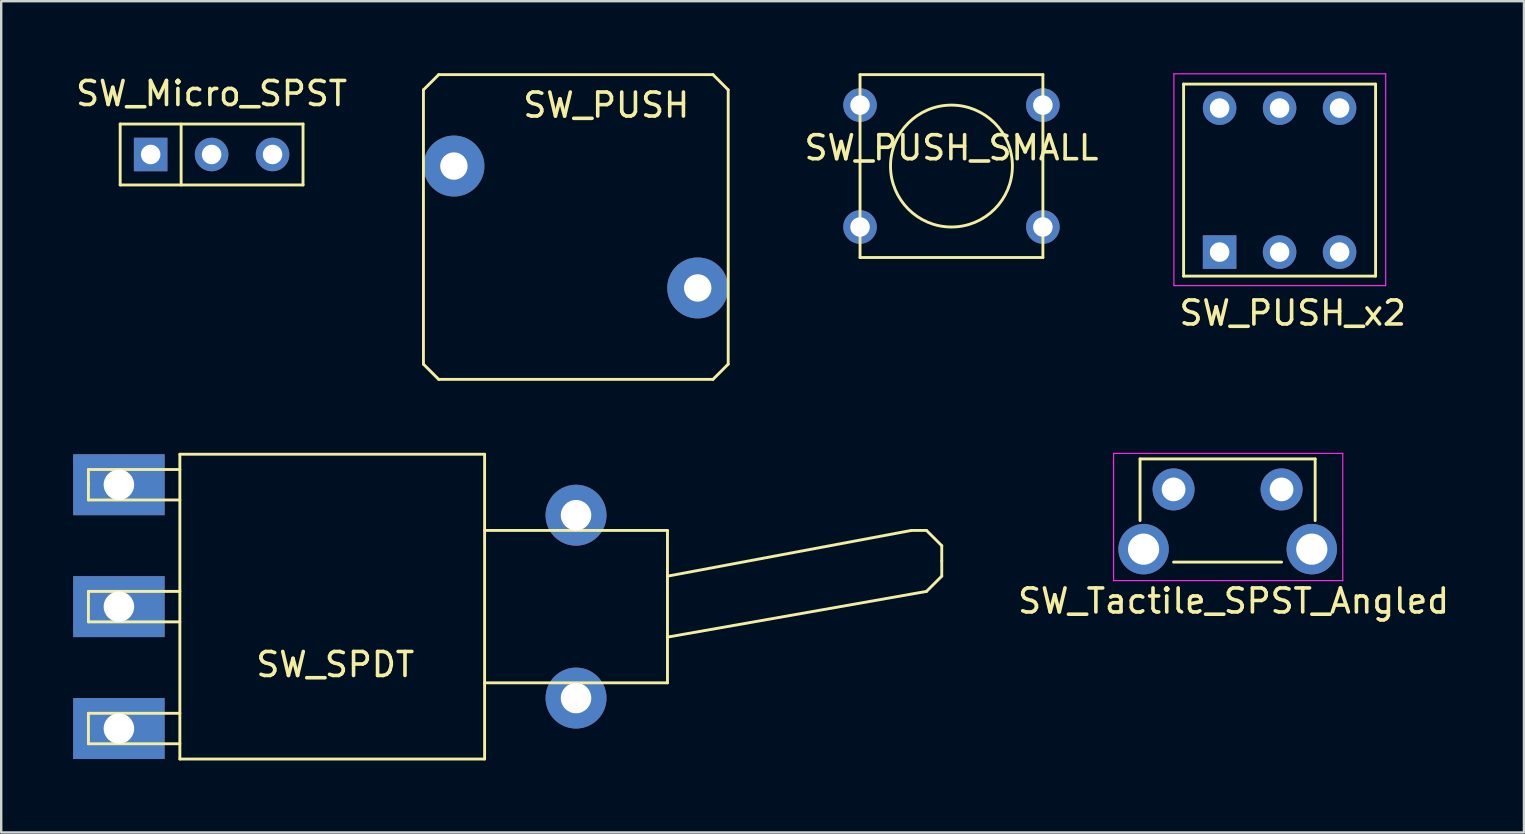
<source format=kicad_pcb>
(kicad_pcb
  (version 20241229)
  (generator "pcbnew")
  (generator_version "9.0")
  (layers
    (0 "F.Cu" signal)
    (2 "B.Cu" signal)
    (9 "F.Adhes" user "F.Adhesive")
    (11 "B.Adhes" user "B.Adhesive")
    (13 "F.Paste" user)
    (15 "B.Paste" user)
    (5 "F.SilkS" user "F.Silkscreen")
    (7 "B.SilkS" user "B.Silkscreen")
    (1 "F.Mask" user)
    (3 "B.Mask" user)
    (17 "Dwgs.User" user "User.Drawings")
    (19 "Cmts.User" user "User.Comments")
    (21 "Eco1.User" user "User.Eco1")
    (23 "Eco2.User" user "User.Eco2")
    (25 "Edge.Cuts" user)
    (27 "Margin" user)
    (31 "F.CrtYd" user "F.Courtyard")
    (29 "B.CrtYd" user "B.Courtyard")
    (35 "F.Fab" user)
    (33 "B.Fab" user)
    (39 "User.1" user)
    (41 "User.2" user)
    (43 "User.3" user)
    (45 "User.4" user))
  (footprint "SW_Tactile_SPST_Angled"
    (layer "F.Cu")
    (at 45.856 17.345)
    (property "Reference" "SW_Tactile_SPST_Angled" (at 2.5 4.65 0) (layer "F.SilkS") (effects (font (size 1 1) (thickness 0.15))))
    (attr through_hole)
    (fp_line (start -1.397 -1.27) (end -1.397 1.3) (stroke (width 0.12) (type solid)) (layer "F.SilkS"))
    (fp_line (start -1.397 -1.27) (end 5.9 -1.27) (stroke (width 0.12) (type solid)) (layer "F.SilkS"))
    (fp_line (start 0 3.03) (end 4.5 3.03) (stroke (width 0.12) (type solid)) (layer "F.SilkS"))
    (fp_line (start 5.9 -1.27) (end 5.9 1.3) (stroke (width 0.12) (type solid)) (layer "F.SilkS"))
    (fp_line (start -2.5 -1.5) (end 7.05 -1.5) (stroke (width 0.05) (type solid)) (layer "F.CrtYd"))
    (fp_line (start -2.5 3.8) (end -2.5 -1.5) (stroke (width 0.05) (type solid)) (layer "F.CrtYd"))
    (fp_line (start 7.05 -1.5) (end 7.05 3.8) (stroke (width 0.05) (type solid)) (layer "F.CrtYd"))
    (fp_line (start 7.05 3.8) (end -2.5 3.8) (stroke (width 0.05) (type solid)) (layer "F.CrtYd"))
    (pad "" thru_hole circle (at -1.25 2.49) (size 2.1 2.1) (drill 1.3) (layers "*.Cu" "*.Mask"))
    (pad "" thru_hole circle (at 5.76 2.49) (size 2.1 2.1) (drill 1.3) (layers "*.Cu" "*.Mask"))
    (pad "1" thru_hole circle (at 0 0) (size 1.75 1.75) (drill 0.99) (layers "*.Cu" "*.Mask"))
    (pad "2" thru_hole circle (at 4.5 0) (size 1.75 1.75) (drill 0.99) (layers "*.Cu" "*.Mask")))
  (footprint "SW_SPDT"
    (layer "F.Cu")
    (at 1.905 22.23)
    (property "Reference" "SW_SPDT" (at 9.017 2.413 180) (layer "F.SilkS") (effects (font (size 1 1) (thickness 0.15))))
    (attr through_hole)
    (fp_line (start -1.27 -5.715) (end -1.27 -5.08) (stroke (width 0.12) (type solid)) (layer "F.SilkS"))
    (fp_line (start -1.27 -5.715) (end 2.54 -5.715) (stroke (width 0.12) (type solid)) (layer "F.SilkS"))
    (fp_line (start -1.27 -5.08) (end -1.27 -4.445) (stroke (width 0.12) (type solid)) (layer "F.SilkS"))
    (fp_line (start -1.27 -4.445) (end 2.54 -4.445) (stroke (width 0.12) (type solid)) (layer "F.SilkS"))
    (fp_line (start -1.27 -0.635) (end -1.27 0.635) (stroke (width 0.12) (type solid)) (layer "F.SilkS"))
    (fp_line (start -1.27 0.635) (end 2.54 0.635) (stroke (width 0.12) (type solid)) (layer "F.SilkS"))
    (fp_line (start -1.27 4.445) (end -1.27 5.715) (stroke (width 0.12) (type solid)) (layer "F.SilkS"))
    (fp_line (start -1.27 5.715) (end 2.54 5.715) (stroke (width 0.12) (type solid)) (layer "F.SilkS"))
    (fp_line (start 2.54 -6.35) (end 2.54 6.35) (stroke (width 0.12) (type solid)) (layer "F.SilkS"))
    (fp_line (start 2.54 -0.635) (end -1.27 -0.635) (stroke (width 0.12) (type solid)) (layer "F.SilkS"))
    (fp_line (start 2.54 4.445) (end -1.27 4.445) (stroke (width 0.12) (type solid)) (layer "F.SilkS"))
    (fp_line (start 2.54 6.35) (end 15.24 6.35) (stroke (width 0.12) (type solid)) (layer "F.SilkS"))
    (fp_line (start 15.24 -6.35) (end 2.54 -6.35) (stroke (width 0.12) (type solid)) (layer "F.SilkS"))
    (fp_line (start 15.24 -3.175) (end 22.86 -3.175) (stroke (width 0.12) (type solid)) (layer "F.SilkS"))
    (fp_line (start 15.24 6.35) (end 15.24 -6.35) (stroke (width 0.12) (type solid)) (layer "F.SilkS"))
    (fp_line (start 22.86 -3.175) (end 22.86 3.175) (stroke (width 0.12) (type solid)) (layer "F.SilkS"))
    (fp_line (start 22.86 -1.27) (end 33.02 -3.175) (stroke (width 0.12) (type solid)) (layer "F.SilkS"))
    (fp_line (start 22.86 3.175) (end 15.24 3.175) (stroke (width 0.12) (type solid)) (layer "F.SilkS"))
    (fp_line (start 33.02 -3.175) (end 33.655 -3.175) (stroke (width 0.12) (type solid)) (layer "F.SilkS"))
    (fp_line (start 33.655 -3.175) (end 34.29 -2.54) (stroke (width 0.12) (type solid)) (layer "F.SilkS"))
    (fp_line (start 33.655 -0.635) (end 22.86 1.27) (stroke (width 0.12) (type solid)) (layer "F.SilkS"))
    (fp_line (start 34.29 -2.54) (end 34.29 -1.905) (stroke (width 0.12) (type solid)) (layer "F.SilkS"))
    (fp_line (start 34.29 -1.905) (end 34.29 -1.27) (stroke (width 0.12) (type solid)) (layer "F.SilkS"))
    (fp_line (start 34.29 -1.27) (end 33.655 -0.635) (stroke (width 0.12) (type solid)) (layer "F.SilkS"))
    (pad "1" thru_hole rect (at 0 -5.08) (size 3.81 2.54) (drill 1.27) (layers "*.Cu" "*.Mask"))
    (pad "2" thru_hole rect (at 0 0) (size 3.81 2.54) (drill 1.27) (layers "*.Cu" "*.Mask"))
    (pad "3" thru_hole rect (at 0 5.08) (size 3.81 2.54) (drill 1.27) (layers "*.Cu" "*.Mask"))
    (pad "H1" thru_hole circle (at 19.05 -3.81) (size 2.54 2.54) (drill 1.27) (layers "*.Cu" "*.Mask"))
    (pad "H2" thru_hole circle (at 19.05 3.81) (size 2.54 2.54) (drill 1.27) (layers "*.Cu" "*.Mask")))
  (footprint "SW_Micro_SPST"
    (layer "F.Cu")
    (at 5.768 3.388)
    (property "Reference" "SW_Micro_SPST" (at 0 -2.54 0) (layer "F.SilkS") (effects (font (size 1 1) (thickness 0.15))))
    (attr through_hole)
    (fp_line (start -3.81 -1.27) (end 3.81 -1.27) (stroke (width 0.12) (type solid)) (layer "F.SilkS"))
    (fp_line (start -3.81 1.27) (end -3.81 -1.27) (stroke (width 0.12) (type solid)) (layer "F.SilkS"))
    (fp_line (start -1.27 -1.27) (end -1.27 1.27) (stroke (width 0.12) (type solid)) (layer "F.SilkS"))
    (fp_line (start 3.81 -1.27) (end 3.81 1.27) (stroke (width 0.12) (type solid)) (layer "F.SilkS"))
    (fp_line (start 3.81 1.27) (end -3.81 1.27) (stroke (width 0.12) (type solid)) (layer "F.SilkS"))
    (pad "1" thru_hole rect (at -2.54 0) (size 1.397 1.397) (drill 0.813) (layers "*.Cu" "*.Mask"))
    (pad "2" thru_hole circle (at 0 0) (size 1.397 1.397) (drill 0.813) (layers "*.Cu" "*.Mask"))
    (pad "3" thru_hole circle (at 2.54 0) (size 1.397 1.397) (drill 0.813) (layers "*.Cu" "*.Mask")))
  (footprint "SW_PUSH_SMALL"
    (layer "F.Cu")
    (at 36.6 3.87)
    (property "Reference" "SW_PUSH_SMALL" (at 0 -0.762 0) (layer "F.SilkS") (effects (font (size 1 1) (thickness 0.15))))
    (attr through_hole)
    (fp_line (start -3.81 -3.81) (end -3.81 3.81) (stroke (width 0.12) (type solid)) (layer "F.SilkS"))
    (fp_line (start -3.81 -3.81) (end 3.81 -3.81) (stroke (width 0.12) (type solid)) (layer "F.SilkS"))
    (fp_line (start 3.81 -3.81) (end 3.81 3.81) (stroke (width 0.12) (type solid)) (layer "F.SilkS"))
    (fp_line (start 3.81 3.81) (end -3.81 3.81) (stroke (width 0.12) (type solid)) (layer "F.SilkS"))
    (fp_circle (center 0 0) (end 0 -2.54) (stroke (width 0.12) (type solid)) (fill no) (layer "F.SilkS"))
    (pad "1" thru_hole circle (at -3.81 -2.54) (size 1.397 1.397) (drill 0.813) (layers "*.Cu" "*.Mask"))
    (pad "1" thru_hole circle (at 3.81 -2.54) (size 1.397 1.397) (drill 0.813) (layers "*.Cu" "*.Mask"))
    (pad "2" thru_hole circle (at -3.81 2.54) (size 1.397 1.397) (drill 0.813) (layers "*.Cu" "*.Mask"))
    (pad "2" thru_hole circle (at 3.81 2.54) (size 1.397 1.397) (drill 0.813) (layers "*.Cu" "*.Mask")))
  (footprint "SW_PUSH"
    (layer "F.Cu")
    (at 20.946 6.41)
    (property "Reference" "SW_PUSH" (at 1.27 -5.08 0) (layer "F.SilkS") (effects (font (size 1 1) (thickness 0.15))))
    (attr through_hole)
    (fp_line (start -6.35 -5.715) (end -5.715 -6.35) (stroke (width 0.12) (type solid)) (layer "F.SilkS"))
    (fp_line (start -6.35 5.715) (end -6.35 -5.715) (stroke (width 0.12) (type solid)) (layer "F.SilkS"))
    (fp_line (start -5.715 -6.35) (end 5.715 -6.35) (stroke (width 0.12) (type solid)) (layer "F.SilkS"))
    (fp_line (start -5.715 6.35) (end -6.35 5.715) (stroke (width 0.12) (type solid)) (layer "F.SilkS"))
    (fp_line (start 5.715 -6.35) (end 6.35 -5.715) (stroke (width 0.12) (type solid)) (layer "F.SilkS"))
    (fp_line (start 5.715 6.35) (end -5.715 6.35) (stroke (width 0.12) (type solid)) (layer "F.SilkS"))
    (fp_line (start 6.35 -5.715) (end 6.35 5.715) (stroke (width 0.12) (type solid)) (layer "F.SilkS"))
    (fp_line (start 6.35 5.715) (end 5.715 6.35) (stroke (width 0.12) (type solid)) (layer "F.SilkS"))
    (pad "1" thru_hole circle (at -5.08 -2.54) (size 2.54 2.54) (drill 1.143) (layers "*.Cu" "*.Mask"))
    (pad "2" thru_hole circle (at 5.08 2.54) (size 2.54 2.54) (drill 1.143) (layers "*.Cu" "*.Mask")))
  (footprint "SW_PUSH_x2"
    (layer "F.Cu")
    (at 47.774 7.455)
    (property "Reference" "SW_PUSH_x2" (at 3.048 2.54 0) (layer "F.SilkS") (effects (font (size 1 1) (thickness 0.15))))
    (attr through_hole)
    (fp_line (start -1.5 -7) (end -1.5 1) (stroke (width 0.12) (type solid)) (layer "F.SilkS"))
    (fp_line (start -1.5 1) (end 6.5 1) (stroke (width 0.12) (type solid)) (layer "F.SilkS"))
    (fp_line (start 6.5 -7) (end -1.5 -7) (stroke (width 0.12) (type solid)) (layer "F.SilkS"))
    (fp_line (start 6.5 1) (end 6.5 -7) (stroke (width 0.12) (type solid)) (layer "F.SilkS"))
    (fp_line (start -1.905 -7.429) (end -1.905 1.397) (stroke (width 0.05) (type solid)) (layer "F.CrtYd"))
    (fp_line (start -1.905 -7.429) (end 6.921 -7.429) (stroke (width 0.05) (type solid)) (layer "F.CrtYd"))
    (fp_line (start -1.905 1.397) (end 6.921 1.397) (stroke (width 0.05) (type solid)) (layer "F.CrtYd"))
    (fp_line (start 6.921 -7.429) (end 6.921 1.397) (stroke (width 0.05) (type solid)) (layer "F.CrtYd"))
    (pad "1" thru_hole rect (at 0 0) (size 1.397 1.397) (drill 0.813) (layers "*.Cu" "*.Mask"))
    (pad "2" thru_hole circle (at 2.5 0) (size 1.397 1.397) (drill 0.813) (layers "*.Cu" "*.Mask"))
    (pad "3" thru_hole circle (at 5 0) (size 1.397 1.397) (drill 0.813) (layers "*.Cu" "*.Mask"))
    (pad "4" thru_hole circle (at 5 -6) (size 1.397 1.397) (drill 0.813) (layers "*.Cu" "*.Mask"))
    (pad "5" thru_hole circle (at 2.5 -6) (size 1.397 1.397) (drill 0.813) (layers "*.Cu" "*.Mask"))
    (pad "6" thru_hole circle (at 0 -6) (size 1.397 1.397) (drill 0.813) (layers "*.Cu" "*.Mask")))
  (gr_rect
    (start -3 -3)
    (end 60.457 31.64)
    (stroke (width 0.1) (type default))
    (fill no)
    (layer "Edge.Cuts")))
</source>
